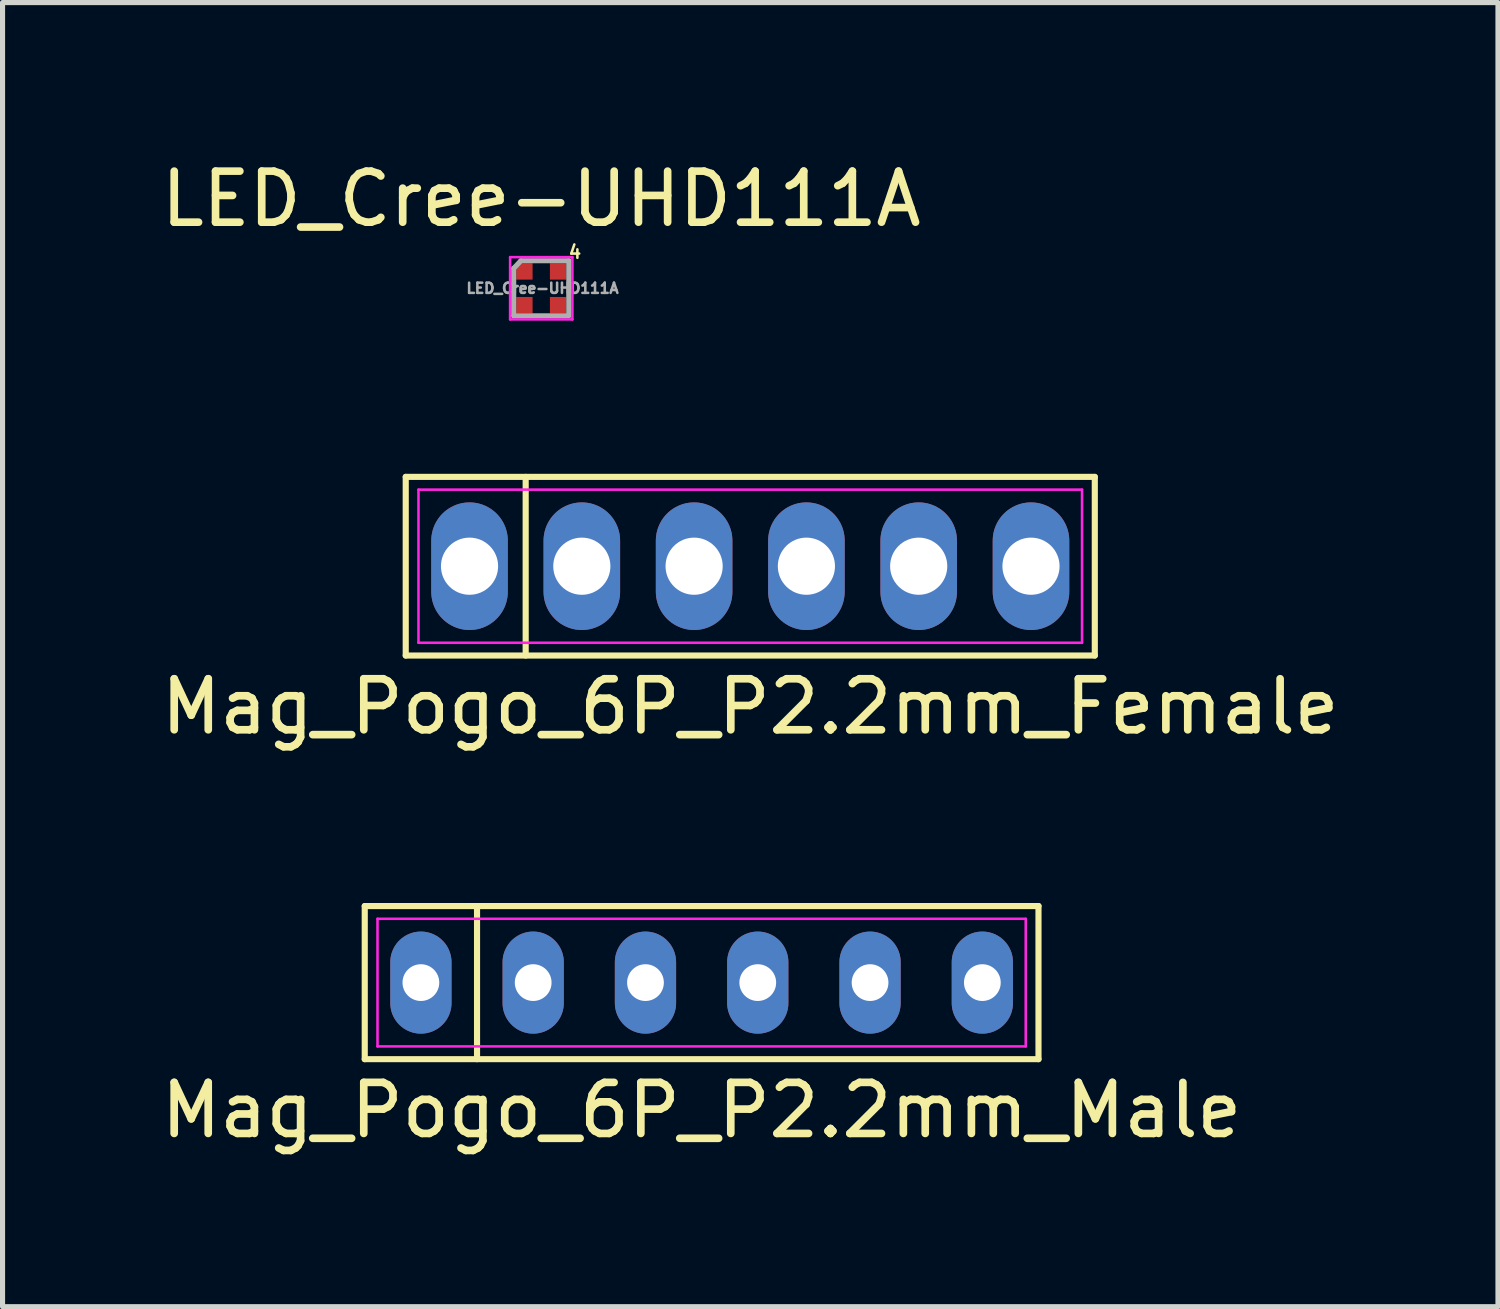
<source format=kicad_pcb>
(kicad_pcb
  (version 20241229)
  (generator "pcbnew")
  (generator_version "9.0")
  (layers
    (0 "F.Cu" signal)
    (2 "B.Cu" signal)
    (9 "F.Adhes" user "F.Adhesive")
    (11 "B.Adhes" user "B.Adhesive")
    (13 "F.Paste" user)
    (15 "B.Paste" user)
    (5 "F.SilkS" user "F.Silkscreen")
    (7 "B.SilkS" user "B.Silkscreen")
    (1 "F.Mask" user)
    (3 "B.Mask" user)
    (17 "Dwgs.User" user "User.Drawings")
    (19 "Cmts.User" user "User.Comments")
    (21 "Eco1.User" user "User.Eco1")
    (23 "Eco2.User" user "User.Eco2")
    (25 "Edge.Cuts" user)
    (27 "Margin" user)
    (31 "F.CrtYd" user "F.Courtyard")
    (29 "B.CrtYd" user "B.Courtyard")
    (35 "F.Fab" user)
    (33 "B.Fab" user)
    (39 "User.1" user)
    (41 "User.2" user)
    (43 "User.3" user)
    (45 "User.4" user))
  (footprint "Mag_Pogo_6P_P2.2mm_Female"
    (layer "F.Cu")
    (at 11.649 8.043)
    (property "Reference" "Mag_Pogo_6P_P2.2mm_Female" (at 0 2.75 0) (layer "F.SilkS") (effects (font (size 1 1) (thickness 0.15))))
    (attr through_hole)
    (fp_line (start -6.75 -1.75) (end 6.75 -1.75) (stroke (width 0.12) (type solid)) (layer "F.SilkS"))
    (fp_line (start -6.75 1.75) (end -6.75 -1.75) (stroke (width 0.12) (type solid)) (layer "F.SilkS"))
    (fp_line (start -4.4 -1.75) (end -4.4 1.75) (stroke (width 0.12) (type solid)) (layer "F.SilkS"))
    (fp_line (start 6.75 -1.75) (end 6.75 1.75) (stroke (width 0.12) (type solid)) (layer "F.SilkS"))
    (fp_line (start 6.75 1.75) (end -6.75 1.75) (stroke (width 0.12) (type solid)) (layer "F.SilkS"))
    (fp_line (start -6.5 -1.5) (end 6.5 -1.5) (stroke (width 0.05) (type solid)) (layer "F.CrtYd"))
    (fp_line (start -6.5 1.5) (end -6.5 -1.5) (stroke (width 0.05) (type solid)) (layer "F.CrtYd"))
    (fp_line (start 6.5 -1.5) (end 6.5 1.5) (stroke (width 0.05) (type solid)) (layer "F.CrtYd"))
    (fp_line (start 6.5 1.5) (end -6.5 1.5) (stroke (width 0.05) (type solid)) (layer "F.CrtYd"))
    (pad "1" thru_hole oval (at -5.5 0) (size 1.5 2.5) (drill 1.12) (layers "*.Cu" "*.Mask"))
    (pad "2" thru_hole oval (at -3.3 0) (size 1.5 2.5) (drill 1.12) (layers "*.Cu" "*.Mask"))
    (pad "3" thru_hole oval (at -1.1 0) (size 1.5 2.5) (drill 1.12) (layers "*.Cu" "*.Mask"))
    (pad "4" thru_hole oval (at 1.1 0) (size 1.5 2.5) (drill 1.12) (layers "*.Cu" "*.Mask"))
    (pad "5" thru_hole oval (at 3.3 0) (size 1.5 2.5) (drill 1.12) (layers "*.Cu" "*.Mask"))
    (pad "6" thru_hole oval (at 5.5 0) (size 1.5 2.5) (drill 1.12) (layers "*.Cu" "*.Mask")))
  (footprint "LED_Cree-UHD111A"
    (layer "F.Cu")
    (at 7.554 2.598)
    (property "Reference" "LED_Cree-UHD111A" (at 0 -1.75 0) (layer "F.SilkS") (effects (font (size 1 1) (thickness 0.15))))
    (attr smd)
    (fp_line (start -0.61 -0.61) (end 0.61 -0.61) (stroke (width 0.05) (type solid)) (layer "F.CrtYd"))
    (fp_line (start -0.61 0.61) (end -0.61 -0.61) (stroke (width 0.05) (type solid)) (layer "F.CrtYd"))
    (fp_line (start 0.61 -0.61) (end 0.61 0.61) (stroke (width 0.05) (type solid)) (layer "F.CrtYd"))
    (fp_line (start 0.61 0.61) (end -0.61 0.61) (stroke (width 0.05) (type solid)) (layer "F.CrtYd"))
    (fp_line (start -0.54 -0.39) (end -0.54 0.54) (stroke (width 0.1) (type solid)) (layer "F.Fab"))
    (fp_line (start -0.398 -0.54) (end -0.54 -0.39) (stroke (width 0.1) (type solid)) (layer "F.Fab"))
    (fp_line (start 0.54 -0.54) (end -0.398 -0.54) (stroke (width 0.1) (type solid)) (layer "F.Fab"))
    (fp_line (start 0.54 -0.54) (end 0.54 0.5) (stroke (width 0.1) (type solid)) (layer "F.Fab"))
    (fp_line (start 0.54 0.54) (end -0.54 0.54) (stroke (width 0.1) (type solid)) (layer "F.Fab"))
    (fp_text user "4" (at 0.66 -0.71 0) (unlocked yes) (layer "F.SilkS") (effects (font (size 0.25 0.25) (thickness 0.05))))
    (fp_text user "${REFERENCE}" (at 0.025 0 0) (layer "F.Fab") (effects (font (size 0.2 0.2) (thickness 0.05))))
    (pad "1" smd rect (at -0.33 -0.33) (size 0.32 0.32) (layers "F.Cu" "F.Mask" "F.Paste"))
    (pad "2" smd rect (at -0.33 0.33) (size 0.32 0.32) (layers "F.Cu" "F.Mask" "F.Paste"))
    (pad "3" smd rect (at 0.33 0.33) (size 0.32 0.32) (layers "F.Cu" "F.Mask" "F.Paste"))
    (pad "4" smd rect (at 0.33 -0.33) (size 0.32 0.32) (layers "F.Cu" "F.Mask" "F.Paste")))
  (footprint "Mag_Pogo_6P_P2.2mm_Male"
    (layer "F.Cu")
    (at 10.696 16.201)
    (property "Reference" "Mag_Pogo_6P_P2.2mm_Male" (at 0 2.5 0) (layer "F.SilkS") (effects (font (size 1 1) (thickness 0.15))))
    (fp_line (start -6.6 -1.5) (end 6.6 -1.5) (stroke (width 0.12) (type solid)) (layer "F.SilkS"))
    (fp_line (start -6.6 1.5) (end -6.6 -1.5) (stroke (width 0.12) (type solid)) (layer "F.SilkS"))
    (fp_line (start -4.4 -1.5) (end -4.4 1.5) (stroke (width 0.12) (type solid)) (layer "F.SilkS"))
    (fp_line (start 6.6 -1.5) (end 6.6 1.5) (stroke (width 0.12) (type solid)) (layer "F.SilkS"))
    (fp_line (start 6.6 1.5) (end -6.6 1.5) (stroke (width 0.12) (type solid)) (layer "F.SilkS"))
    (fp_line (start -6.35 -1.25) (end 6.35 -1.25) (stroke (width 0.05) (type solid)) (layer "F.CrtYd"))
    (fp_line (start -6.35 1.25) (end -6.35 -1.25) (stroke (width 0.05) (type solid)) (layer "F.CrtYd"))
    (fp_line (start 6.35 -1.25) (end 6.35 1.25) (stroke (width 0.05) (type solid)) (layer "F.CrtYd"))
    (fp_line (start 6.35 1.25) (end -6.35 1.25) (stroke (width 0.05) (type solid)) (layer "F.CrtYd"))
    (pad "1" thru_hole oval (at -5.5 0) (size 1.2 2) (drill 0.72) (layers "*.Cu" "*.Mask"))
    (pad "2" thru_hole oval (at -3.3 0) (size 1.2 2) (drill 0.72) (layers "*.Cu" "*.Mask"))
    (pad "3" thru_hole oval (at -1.1 0) (size 1.2 2) (drill 0.72) (layers "*.Cu" "*.Mask"))
    (pad "4" thru_hole oval (at 1.1 0) (size 1.2 2) (drill 0.72) (layers "*.Cu" "*.Mask"))
    (pad "5" thru_hole oval (at 3.3 0) (size 1.2 2) (drill 0.72) (layers "*.Cu" "*.Mask"))
    (pad "6" thru_hole oval (at 5.5 0) (size 1.2 2) (drill 0.72) (layers "*.Cu" "*.Mask")))
  (gr_rect
    (start -3 -3)
    (end 26.298 22.55)
    (stroke (width 0.1) (type default))
    (fill no)
    (layer "Edge.Cuts")))
</source>
